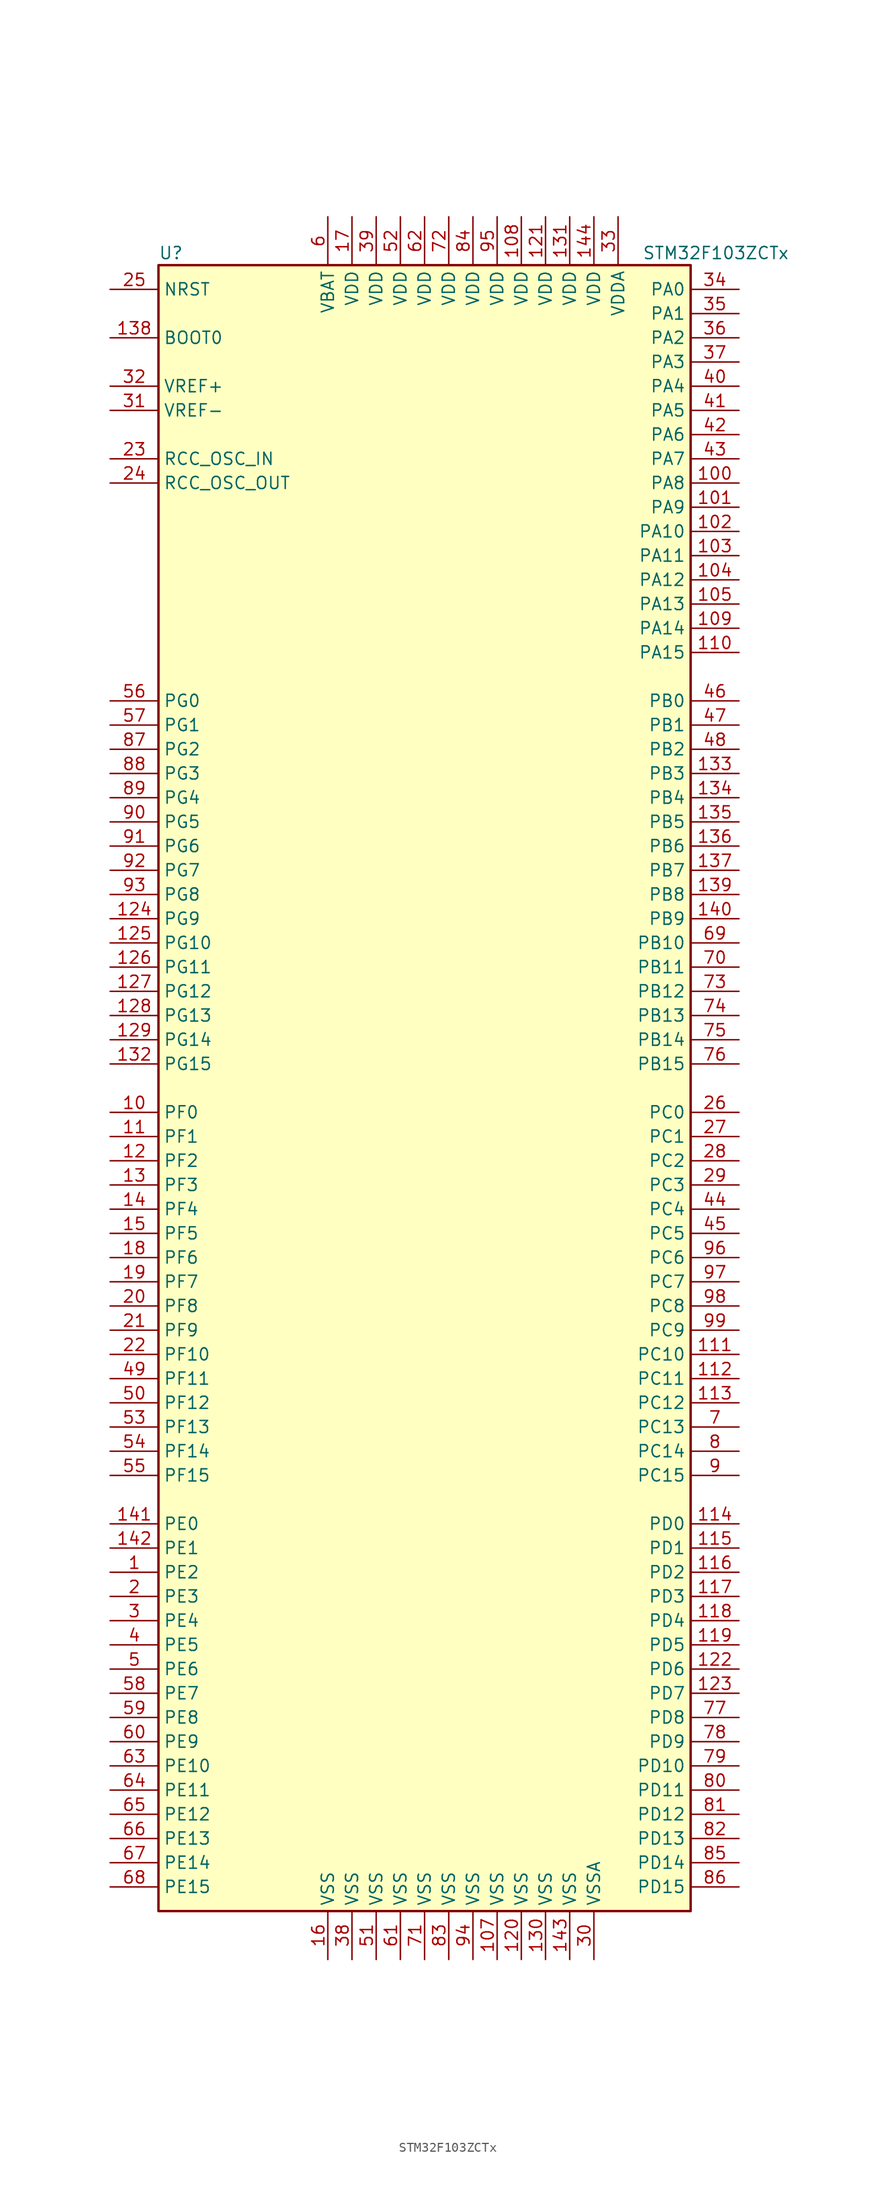
<source format=kicad_sym>
(kicad_symbol_lib
  (version 20201005)
  (generator kicad_symbol_editor)
  (symbol "MCU_ST_STM32F1:STM32F103ZCTx"
    (property "Reference" "U"
      (at -27.94 87.63 0)
      (effects (font (size 1.27 1.27)) (justify left)))
    (property "Value" "STM32F103ZCTx"
      (at 22.86 87.63 0)
      (effects (font (size 1.27 1.27)) (justify left)))
    (symbol "STM32F103ZCTx_0_1"
      (rectangle (start -27.94 -86.36) (end 27.94 86.36) (stroke (width 0.254)) (fill (type background))))
    (symbol "STM32F103ZCTx_1_1"
      (pin input line (at -33.02 78.74 0) (length 5.08) (name "BOOT0" (effects (font (size 1.27 1.27)))) (number "138" (effects (font (size 1.27 1.27)))))
      (pin no_connect line (at -27.94 -83.82 0) (length 5.08) hide (name "NC" (effects (font (size 1.27 1.27)))) (number "106" (effects (font (size 1.27 1.27)))))
      (pin input line (at -33.02 83.82 0) (length 5.08) (name "NRST" (effects (font (size 1.27 1.27)))) (number "25" (effects (font (size 1.27 1.27)))))
      (pin bidirectional line (at 33.02 83.82 180) (length 5.08) (name "PA0" (effects (font (size 1.27 1.27)))) (number "34" (effects (font (size 1.27 1.27)))))
      (pin bidirectional line (at 33.02 81.28 180) (length 5.08) (name "PA1" (effects (font (size 1.27 1.27)))) (number "35" (effects (font (size 1.27 1.27)))))
      (pin bidirectional line (at 33.02 58.42 180) (length 5.08) (name "PA10" (effects (font (size 1.27 1.27)))) (number "102" (effects (font (size 1.27 1.27)))))
      (pin bidirectional line (at 33.02 55.88 180) (length 5.08) (name "PA11" (effects (font (size 1.27 1.27)))) (number "103" (effects (font (size 1.27 1.27)))))
      (pin bidirectional line (at 33.02 53.34 180) (length 5.08) (name "PA12" (effects (font (size 1.27 1.27)))) (number "104" (effects (font (size 1.27 1.27)))))
      (pin bidirectional line (at 33.02 50.8 180) (length 5.08) (name "PA13" (effects (font (size 1.27 1.27)))) (number "105" (effects (font (size 1.27 1.27)))))
      (pin bidirectional line (at 33.02 48.26 180) (length 5.08) (name "PA14" (effects (font (size 1.27 1.27)))) (number "109" (effects (font (size 1.27 1.27)))))
      (pin bidirectional line (at 33.02 45.72 180) (length 5.08) (name "PA15" (effects (font (size 1.27 1.27)))) (number "110" (effects (font (size 1.27 1.27)))))
      (pin bidirectional line (at 33.02 78.74 180) (length 5.08) (name "PA2" (effects (font (size 1.27 1.27)))) (number "36" (effects (font (size 1.27 1.27)))))
      (pin bidirectional line (at 33.02 76.2 180) (length 5.08) (name "PA3" (effects (font (size 1.27 1.27)))) (number "37" (effects (font (size 1.27 1.27)))))
      (pin bidirectional line (at 33.02 73.66 180) (length 5.08) (name "PA4" (effects (font (size 1.27 1.27)))) (number "40" (effects (font (size 1.27 1.27)))))
      (pin bidirectional line (at 33.02 71.12 180) (length 5.08) (name "PA5" (effects (font (size 1.27 1.27)))) (number "41" (effects (font (size 1.27 1.27)))))
      (pin bidirectional line (at 33.02 68.58 180) (length 5.08) (name "PA6" (effects (font (size 1.27 1.27)))) (number "42" (effects (font (size 1.27 1.27)))))
      (pin bidirectional line (at 33.02 66.04 180) (length 5.08) (name "PA7" (effects (font (size 1.27 1.27)))) (number "43" (effects (font (size 1.27 1.27)))))
      (pin bidirectional line (at 33.02 63.5 180) (length 5.08) (name "PA8" (effects (font (size 1.27 1.27)))) (number "100" (effects (font (size 1.27 1.27)))))
      (pin bidirectional line (at 33.02 60.96 180) (length 5.08) (name "PA9" (effects (font (size 1.27 1.27)))) (number "101" (effects (font (size 1.27 1.27)))))
      (pin bidirectional line (at 33.02 40.64 180) (length 5.08) (name "PB0" (effects (font (size 1.27 1.27)))) (number "46" (effects (font (size 1.27 1.27)))))
      (pin bidirectional line (at 33.02 38.1 180) (length 5.08) (name "PB1" (effects (font (size 1.27 1.27)))) (number "47" (effects (font (size 1.27 1.27)))))
      (pin bidirectional line (at 33.02 15.24 180) (length 5.08) (name "PB10" (effects (font (size 1.27 1.27)))) (number "69" (effects (font (size 1.27 1.27)))))
      (pin bidirectional line (at 33.02 12.7 180) (length 5.08) (name "PB11" (effects (font (size 1.27 1.27)))) (number "70" (effects (font (size 1.27 1.27)))))
      (pin bidirectional line (at 33.02 10.16 180) (length 5.08) (name "PB12" (effects (font (size 1.27 1.27)))) (number "73" (effects (font (size 1.27 1.27)))))
      (pin bidirectional line (at 33.02 7.62 180) (length 5.08) (name "PB13" (effects (font (size 1.27 1.27)))) (number "74" (effects (font (size 1.27 1.27)))))
      (pin bidirectional line (at 33.02 5.08 180) (length 5.08) (name "PB14" (effects (font (size 1.27 1.27)))) (number "75" (effects (font (size 1.27 1.27)))))
      (pin bidirectional line (at 33.02 2.54 180) (length 5.08) (name "PB15" (effects (font (size 1.27 1.27)))) (number "76" (effects (font (size 1.27 1.27)))))
      (pin bidirectional line (at 33.02 35.56 180) (length 5.08) (name "PB2" (effects (font (size 1.27 1.27)))) (number "48" (effects (font (size 1.27 1.27)))))
      (pin bidirectional line (at 33.02 33.02 180) (length 5.08) (name "PB3" (effects (font (size 1.27 1.27)))) (number "133" (effects (font (size 1.27 1.27)))))
      (pin bidirectional line (at 33.02 30.48 180) (length 5.08) (name "PB4" (effects (font (size 1.27 1.27)))) (number "134" (effects (font (size 1.27 1.27)))))
      (pin bidirectional line (at 33.02 27.94 180) (length 5.08) (name "PB5" (effects (font (size 1.27 1.27)))) (number "135" (effects (font (size 1.27 1.27)))))
      (pin bidirectional line (at 33.02 25.4 180) (length 5.08) (name "PB6" (effects (font (size 1.27 1.27)))) (number "136" (effects (font (size 1.27 1.27)))))
      (pin bidirectional line (at 33.02 22.86 180) (length 5.08) (name "PB7" (effects (font (size 1.27 1.27)))) (number "137" (effects (font (size 1.27 1.27)))))
      (pin bidirectional line (at 33.02 20.32 180) (length 5.08) (name "PB8" (effects (font (size 1.27 1.27)))) (number "139" (effects (font (size 1.27 1.27)))))
      (pin bidirectional line (at 33.02 17.78 180) (length 5.08) (name "PB9" (effects (font (size 1.27 1.27)))) (number "140" (effects (font (size 1.27 1.27)))))
      (pin bidirectional line (at 33.02 -2.54 180) (length 5.08) (name "PC0" (effects (font (size 1.27 1.27)))) (number "26" (effects (font (size 1.27 1.27)))))
      (pin bidirectional line (at 33.02 -5.08 180) (length 5.08) (name "PC1" (effects (font (size 1.27 1.27)))) (number "27" (effects (font (size 1.27 1.27)))))
      (pin bidirectional line (at 33.02 -27.94 180) (length 5.08) (name "PC10" (effects (font (size 1.27 1.27)))) (number "111" (effects (font (size 1.27 1.27)))))
      (pin bidirectional line (at 33.02 -30.48 180) (length 5.08) (name "PC11" (effects (font (size 1.27 1.27)))) (number "112" (effects (font (size 1.27 1.27)))))
      (pin bidirectional line (at 33.02 -33.02 180) (length 5.08) (name "PC12" (effects (font (size 1.27 1.27)))) (number "113" (effects (font (size 1.27 1.27)))))
      (pin bidirectional line (at 33.02 -35.56 180) (length 5.08) (name "PC13" (effects (font (size 1.27 1.27)))) (number "7" (effects (font (size 1.27 1.27)))))
      (pin bidirectional line (at 33.02 -38.1 180) (length 5.08) (name "PC14" (effects (font (size 1.27 1.27)))) (number "8" (effects (font (size 1.27 1.27)))))
      (pin bidirectional line (at 33.02 -40.64 180) (length 5.08) (name "PC15" (effects (font (size 1.27 1.27)))) (number "9" (effects (font (size 1.27 1.27)))))
      (pin bidirectional line (at 33.02 -7.62 180) (length 5.08) (name "PC2" (effects (font (size 1.27 1.27)))) (number "28" (effects (font (size 1.27 1.27)))))
      (pin bidirectional line (at 33.02 -10.16 180) (length 5.08) (name "PC3" (effects (font (size 1.27 1.27)))) (number "29" (effects (font (size 1.27 1.27)))))
      (pin bidirectional line (at 33.02 -12.7 180) (length 5.08) (name "PC4" (effects (font (size 1.27 1.27)))) (number "44" (effects (font (size 1.27 1.27)))))
      (pin bidirectional line (at 33.02 -15.24 180) (length 5.08) (name "PC5" (effects (font (size 1.27 1.27)))) (number "45" (effects (font (size 1.27 1.27)))))
      (pin bidirectional line (at 33.02 -17.78 180) (length 5.08) (name "PC6" (effects (font (size 1.27 1.27)))) (number "96" (effects (font (size 1.27 1.27)))))
      (pin bidirectional line (at 33.02 -20.32 180) (length 5.08) (name "PC7" (effects (font (size 1.27 1.27)))) (number "97" (effects (font (size 1.27 1.27)))))
      (pin bidirectional line (at 33.02 -22.86 180) (length 5.08) (name "PC8" (effects (font (size 1.27 1.27)))) (number "98" (effects (font (size 1.27 1.27)))))
      (pin bidirectional line (at 33.02 -25.4 180) (length 5.08) (name "PC9" (effects (font (size 1.27 1.27)))) (number "99" (effects (font (size 1.27 1.27)))))
      (pin bidirectional line (at 33.02 -45.72 180) (length 5.08) (name "PD0" (effects (font (size 1.27 1.27)))) (number "114" (effects (font (size 1.27 1.27)))))
      (pin bidirectional line (at 33.02 -48.26 180) (length 5.08) (name "PD1" (effects (font (size 1.27 1.27)))) (number "115" (effects (font (size 1.27 1.27)))))
      (pin bidirectional line (at 33.02 -71.12 180) (length 5.08) (name "PD10" (effects (font (size 1.27 1.27)))) (number "79" (effects (font (size 1.27 1.27)))))
      (pin bidirectional line (at 33.02 -73.66 180) (length 5.08) (name "PD11" (effects (font (size 1.27 1.27)))) (number "80" (effects (font (size 1.27 1.27)))))
      (pin bidirectional line (at 33.02 -76.2 180) (length 5.08) (name "PD12" (effects (font (size 1.27 1.27)))) (number "81" (effects (font (size 1.27 1.27)))))
      (pin bidirectional line (at 33.02 -78.74 180) (length 5.08) (name "PD13" (effects (font (size 1.27 1.27)))) (number "82" (effects (font (size 1.27 1.27)))))
      (pin bidirectional line (at 33.02 -81.28 180) (length 5.08) (name "PD14" (effects (font (size 1.27 1.27)))) (number "85" (effects (font (size 1.27 1.27)))))
      (pin bidirectional line (at 33.02 -83.82 180) (length 5.08) (name "PD15" (effects (font (size 1.27 1.27)))) (number "86" (effects (font (size 1.27 1.27)))))
      (pin bidirectional line (at 33.02 -50.8 180) (length 5.08) (name "PD2" (effects (font (size 1.27 1.27)))) (number "116" (effects (font (size 1.27 1.27)))))
      (pin bidirectional line (at 33.02 -53.34 180) (length 5.08) (name "PD3" (effects (font (size 1.27 1.27)))) (number "117" (effects (font (size 1.27 1.27)))))
      (pin bidirectional line (at 33.02 -55.88 180) (length 5.08) (name "PD4" (effects (font (size 1.27 1.27)))) (number "118" (effects (font (size 1.27 1.27)))))
      (pin bidirectional line (at 33.02 -58.42 180) (length 5.08) (name "PD5" (effects (font (size 1.27 1.27)))) (number "119" (effects (font (size 1.27 1.27)))))
      (pin bidirectional line (at 33.02 -60.96 180) (length 5.08) (name "PD6" (effects (font (size 1.27 1.27)))) (number "122" (effects (font (size 1.27 1.27)))))
      (pin bidirectional line (at 33.02 -63.5 180) (length 5.08) (name "PD7" (effects (font (size 1.27 1.27)))) (number "123" (effects (font (size 1.27 1.27)))))
      (pin bidirectional line (at 33.02 -66.04 180) (length 5.08) (name "PD8" (effects (font (size 1.27 1.27)))) (number "77" (effects (font (size 1.27 1.27)))))
      (pin bidirectional line (at 33.02 -68.58 180) (length 5.08) (name "PD9" (effects (font (size 1.27 1.27)))) (number "78" (effects (font (size 1.27 1.27)))))
      (pin bidirectional line (at -33.02 -45.72 0) (length 5.08) (name "PE0" (effects (font (size 1.27 1.27)))) (number "141" (effects (font (size 1.27 1.27)))))
      (pin bidirectional line (at -33.02 -48.26 0) (length 5.08) (name "PE1" (effects (font (size 1.27 1.27)))) (number "142" (effects (font (size 1.27 1.27)))))
      (pin bidirectional line (at -33.02 -71.12 0) (length 5.08) (name "PE10" (effects (font (size 1.27 1.27)))) (number "63" (effects (font (size 1.27 1.27)))))
      (pin bidirectional line (at -33.02 -73.66 0) (length 5.08) (name "PE11" (effects (font (size 1.27 1.27)))) (number "64" (effects (font (size 1.27 1.27)))))
      (pin bidirectional line (at -33.02 -76.2 0) (length 5.08) (name "PE12" (effects (font (size 1.27 1.27)))) (number "65" (effects (font (size 1.27 1.27)))))
      (pin bidirectional line (at -33.02 -78.74 0) (length 5.08) (name "PE13" (effects (font (size 1.27 1.27)))) (number "66" (effects (font (size 1.27 1.27)))))
      (pin bidirectional line (at -33.02 -81.28 0) (length 5.08) (name "PE14" (effects (font (size 1.27 1.27)))) (number "67" (effects (font (size 1.27 1.27)))))
      (pin bidirectional line (at -33.02 -83.82 0) (length 5.08) (name "PE15" (effects (font (size 1.27 1.27)))) (number "68" (effects (font (size 1.27 1.27)))))
      (pin bidirectional line (at -33.02 -50.8 0) (length 5.08) (name "PE2" (effects (font (size 1.27 1.27)))) (number "1" (effects (font (size 1.27 1.27)))))
      (pin bidirectional line (at -33.02 -53.34 0) (length 5.08) (name "PE3" (effects (font (size 1.27 1.27)))) (number "2" (effects (font (size 1.27 1.27)))))
      (pin bidirectional line (at -33.02 -55.88 0) (length 5.08) (name "PE4" (effects (font (size 1.27 1.27)))) (number "3" (effects (font (size 1.27 1.27)))))
      (pin bidirectional line (at -33.02 -58.42 0) (length 5.08) (name "PE5" (effects (font (size 1.27 1.27)))) (number "4" (effects (font (size 1.27 1.27)))))
      (pin bidirectional line (at -33.02 -60.96 0) (length 5.08) (name "PE6" (effects (font (size 1.27 1.27)))) (number "5" (effects (font (size 1.27 1.27)))))
      (pin bidirectional line (at -33.02 -63.5 0) (length 5.08) (name "PE7" (effects (font (size 1.27 1.27)))) (number "58" (effects (font (size 1.27 1.27)))))
      (pin bidirectional line (at -33.02 -66.04 0) (length 5.08) (name "PE8" (effects (font (size 1.27 1.27)))) (number "59" (effects (font (size 1.27 1.27)))))
      (pin bidirectional line (at -33.02 -68.58 0) (length 5.08) (name "PE9" (effects (font (size 1.27 1.27)))) (number "60" (effects (font (size 1.27 1.27)))))
      (pin bidirectional line (at -33.02 -2.54 0) (length 5.08) (name "PF0" (effects (font (size 1.27 1.27)))) (number "10" (effects (font (size 1.27 1.27)))))
      (pin bidirectional line (at -33.02 -5.08 0) (length 5.08) (name "PF1" (effects (font (size 1.27 1.27)))) (number "11" (effects (font (size 1.27 1.27)))))
      (pin bidirectional line (at -33.02 -27.94 0) (length 5.08) (name "PF10" (effects (font (size 1.27 1.27)))) (number "22" (effects (font (size 1.27 1.27)))))
      (pin bidirectional line (at -33.02 -30.48 0) (length 5.08) (name "PF11" (effects (font (size 1.27 1.27)))) (number "49" (effects (font (size 1.27 1.27)))))
      (pin bidirectional line (at -33.02 -33.02 0) (length 5.08) (name "PF12" (effects (font (size 1.27 1.27)))) (number "50" (effects (font (size 1.27 1.27)))))
      (pin bidirectional line (at -33.02 -35.56 0) (length 5.08) (name "PF13" (effects (font (size 1.27 1.27)))) (number "53" (effects (font (size 1.27 1.27)))))
      (pin bidirectional line (at -33.02 -38.1 0) (length 5.08) (name "PF14" (effects (font (size 1.27 1.27)))) (number "54" (effects (font (size 1.27 1.27)))))
      (pin bidirectional line (at -33.02 -40.64 0) (length 5.08) (name "PF15" (effects (font (size 1.27 1.27)))) (number "55" (effects (font (size 1.27 1.27)))))
      (pin bidirectional line (at -33.02 -7.62 0) (length 5.08) (name "PF2" (effects (font (size 1.27 1.27)))) (number "12" (effects (font (size 1.27 1.27)))))
      (pin bidirectional line (at -33.02 -10.16 0) (length 5.08) (name "PF3" (effects (font (size 1.27 1.27)))) (number "13" (effects (font (size 1.27 1.27)))))
      (pin bidirectional line (at -33.02 -12.7 0) (length 5.08) (name "PF4" (effects (font (size 1.27 1.27)))) (number "14" (effects (font (size 1.27 1.27)))))
      (pin bidirectional line (at -33.02 -15.24 0) (length 5.08) (name "PF5" (effects (font (size 1.27 1.27)))) (number "15" (effects (font (size 1.27 1.27)))))
      (pin bidirectional line (at -33.02 -17.78 0) (length 5.08) (name "PF6" (effects (font (size 1.27 1.27)))) (number "18" (effects (font (size 1.27 1.27)))))
      (pin bidirectional line (at -33.02 -20.32 0) (length 5.08) (name "PF7" (effects (font (size 1.27 1.27)))) (number "19" (effects (font (size 1.27 1.27)))))
      (pin bidirectional line (at -33.02 -22.86 0) (length 5.08) (name "PF8" (effects (font (size 1.27 1.27)))) (number "20" (effects (font (size 1.27 1.27)))))
      (pin bidirectional line (at -33.02 -25.4 0) (length 5.08) (name "PF9" (effects (font (size 1.27 1.27)))) (number "21" (effects (font (size 1.27 1.27)))))
      (pin bidirectional line (at -33.02 40.64 0) (length 5.08) (name "PG0" (effects (font (size 1.27 1.27)))) (number "56" (effects (font (size 1.27 1.27)))))
      (pin bidirectional line (at -33.02 38.1 0) (length 5.08) (name "PG1" (effects (font (size 1.27 1.27)))) (number "57" (effects (font (size 1.27 1.27)))))
      (pin bidirectional line (at -33.02 15.24 0) (length 5.08) (name "PG10" (effects (font (size 1.27 1.27)))) (number "125" (effects (font (size 1.27 1.27)))))
      (pin bidirectional line (at -33.02 12.7 0) (length 5.08) (name "PG11" (effects (font (size 1.27 1.27)))) (number "126" (effects (font (size 1.27 1.27)))))
      (pin bidirectional line (at -33.02 10.16 0) (length 5.08) (name "PG12" (effects (font (size 1.27 1.27)))) (number "127" (effects (font (size 1.27 1.27)))))
      (pin bidirectional line (at -33.02 7.62 0) (length 5.08) (name "PG13" (effects (font (size 1.27 1.27)))) (number "128" (effects (font (size 1.27 1.27)))))
      (pin bidirectional line (at -33.02 5.08 0) (length 5.08) (name "PG14" (effects (font (size 1.27 1.27)))) (number "129" (effects (font (size 1.27 1.27)))))
      (pin bidirectional line (at -33.02 2.54 0) (length 5.08) (name "PG15" (effects (font (size 1.27 1.27)))) (number "132" (effects (font (size 1.27 1.27)))))
      (pin bidirectional line (at -33.02 35.56 0) (length 5.08) (name "PG2" (effects (font (size 1.27 1.27)))) (number "87" (effects (font (size 1.27 1.27)))))
      (pin bidirectional line (at -33.02 33.02 0) (length 5.08) (name "PG3" (effects (font (size 1.27 1.27)))) (number "88" (effects (font (size 1.27 1.27)))))
      (pin bidirectional line (at -33.02 30.48 0) (length 5.08) (name "PG4" (effects (font (size 1.27 1.27)))) (number "89" (effects (font (size 1.27 1.27)))))
      (pin bidirectional line (at -33.02 27.94 0) (length 5.08) (name "PG5" (effects (font (size 1.27 1.27)))) (number "90" (effects (font (size 1.27 1.27)))))
      (pin bidirectional line (at -33.02 25.4 0) (length 5.08) (name "PG6" (effects (font (size 1.27 1.27)))) (number "91" (effects (font (size 1.27 1.27)))))
      (pin bidirectional line (at -33.02 22.86 0) (length 5.08) (name "PG7" (effects (font (size 1.27 1.27)))) (number "92" (effects (font (size 1.27 1.27)))))
      (pin bidirectional line (at -33.02 20.32 0) (length 5.08) (name "PG8" (effects (font (size 1.27 1.27)))) (number "93" (effects (font (size 1.27 1.27)))))
      (pin bidirectional line (at -33.02 17.78 0) (length 5.08) (name "PG9" (effects (font (size 1.27 1.27)))) (number "124" (effects (font (size 1.27 1.27)))))
      (pin input line (at -33.02 66.04 0) (length 5.08) (name "RCC_OSC_IN" (effects (font (size 1.27 1.27)))) (number "23" (effects (font (size 1.27 1.27)))))
      (pin input line (at -33.02 63.5 0) (length 5.08) (name "RCC_OSC_OUT" (effects (font (size 1.27 1.27)))) (number "24" (effects (font (size 1.27 1.27)))))
      (pin power_in line (at -10.16 91.44 270) (length 5.08) (name "VBAT" (effects (font (size 1.27 1.27)))) (number "6" (effects (font (size 1.27 1.27)))))
      (pin power_in line (at 10.16 91.44 270) (length 5.08) (name "VDD" (effects (font (size 1.27 1.27)))) (number "108" (effects (font (size 1.27 1.27)))))
      (pin power_in line (at 12.7 91.44 270) (length 5.08) (name "VDD" (effects (font (size 1.27 1.27)))) (number "121" (effects (font (size 1.27 1.27)))))
      (pin power_in line (at 15.24 91.44 270) (length 5.08) (name "VDD" (effects (font (size 1.27 1.27)))) (number "131" (effects (font (size 1.27 1.27)))))
      (pin power_in line (at 17.78 91.44 270) (length 5.08) (name "VDD" (effects (font (size 1.27 1.27)))) (number "144" (effects (font (size 1.27 1.27)))))
      (pin power_in line (at -7.62 91.44 270) (length 5.08) (name "VDD" (effects (font (size 1.27 1.27)))) (number "17" (effects (font (size 1.27 1.27)))))
      (pin power_in line (at -5.08 91.44 270) (length 5.08) (name "VDD" (effects (font (size 1.27 1.27)))) (number "39" (effects (font (size 1.27 1.27)))))
      (pin power_in line (at -2.54 91.44 270) (length 5.08) (name "VDD" (effects (font (size 1.27 1.27)))) (number "52" (effects (font (size 1.27 1.27)))))
      (pin power_in line (at 0 91.44 270) (length 5.08) (name "VDD" (effects (font (size 1.27 1.27)))) (number "62" (effects (font (size 1.27 1.27)))))
      (pin power_in line (at 2.54 91.44 270) (length 5.08) (name "VDD" (effects (font (size 1.27 1.27)))) (number "72" (effects (font (size 1.27 1.27)))))
      (pin power_in line (at 5.08 91.44 270) (length 5.08) (name "VDD" (effects (font (size 1.27 1.27)))) (number "84" (effects (font (size 1.27 1.27)))))
      (pin power_in line (at 7.62 91.44 270) (length 5.08) (name "VDD" (effects (font (size 1.27 1.27)))) (number "95" (effects (font (size 1.27 1.27)))))
      (pin power_in line (at 20.32 91.44 270) (length 5.08) (name "VDDA" (effects (font (size 1.27 1.27)))) (number "33" (effects (font (size 1.27 1.27)))))
      (pin power_in line (at -33.02 73.66 0) (length 5.08) (name "VREF+" (effects (font (size 1.27 1.27)))) (number "32" (effects (font (size 1.27 1.27)))))
      (pin power_in line (at -33.02 71.12 0) (length 5.08) (name "VREF-" (effects (font (size 1.27 1.27)))) (number "31" (effects (font (size 1.27 1.27)))))
      (pin power_in line (at 7.62 -91.44 90) (length 5.08) (name "VSS" (effects (font (size 1.27 1.27)))) (number "107" (effects (font (size 1.27 1.27)))))
      (pin power_in line (at 10.16 -91.44 90) (length 5.08) (name "VSS" (effects (font (size 1.27 1.27)))) (number "120" (effects (font (size 1.27 1.27)))))
      (pin power_in line (at 12.7 -91.44 90) (length 5.08) (name "VSS" (effects (font (size 1.27 1.27)))) (number "130" (effects (font (size 1.27 1.27)))))
      (pin power_in line (at 15.24 -91.44 90) (length 5.08) (name "VSS" (effects (font (size 1.27 1.27)))) (number "143" (effects (font (size 1.27 1.27)))))
      (pin power_in line (at -10.16 -91.44 90) (length 5.08) (name "VSS" (effects (font (size 1.27 1.27)))) (number "16" (effects (font (size 1.27 1.27)))))
      (pin power_in line (at -7.62 -91.44 90) (length 5.08) (name "VSS" (effects (font (size 1.27 1.27)))) (number "38" (effects (font (size 1.27 1.27)))))
      (pin power_in line (at -5.08 -91.44 90) (length 5.08) (name "VSS" (effects (font (size 1.27 1.27)))) (number "51" (effects (font (size 1.27 1.27)))))
      (pin power_in line (at -2.54 -91.44 90) (length 5.08) (name "VSS" (effects (font (size 1.27 1.27)))) (number "61" (effects (font (size 1.27 1.27)))))
      (pin power_in line (at 0 -91.44 90) (length 5.08) (name "VSS" (effects (font (size 1.27 1.27)))) (number "71" (effects (font (size 1.27 1.27)))))
      (pin power_in line (at 2.54 -91.44 90) (length 5.08) (name "VSS" (effects (font (size 1.27 1.27)))) (number "83" (effects (font (size 1.27 1.27)))))
      (pin power_in line (at 5.08 -91.44 90) (length 5.08) (name "VSS" (effects (font (size 1.27 1.27)))) (number "94" (effects (font (size 1.27 1.27)))))
      (pin power_in line (at 17.78 -91.44 90) (length 5.08) (name "VSSA" (effects (font (size 1.27 1.27)))) (number "30" (effects (font (size 1.27 1.27))))))))
</source>
